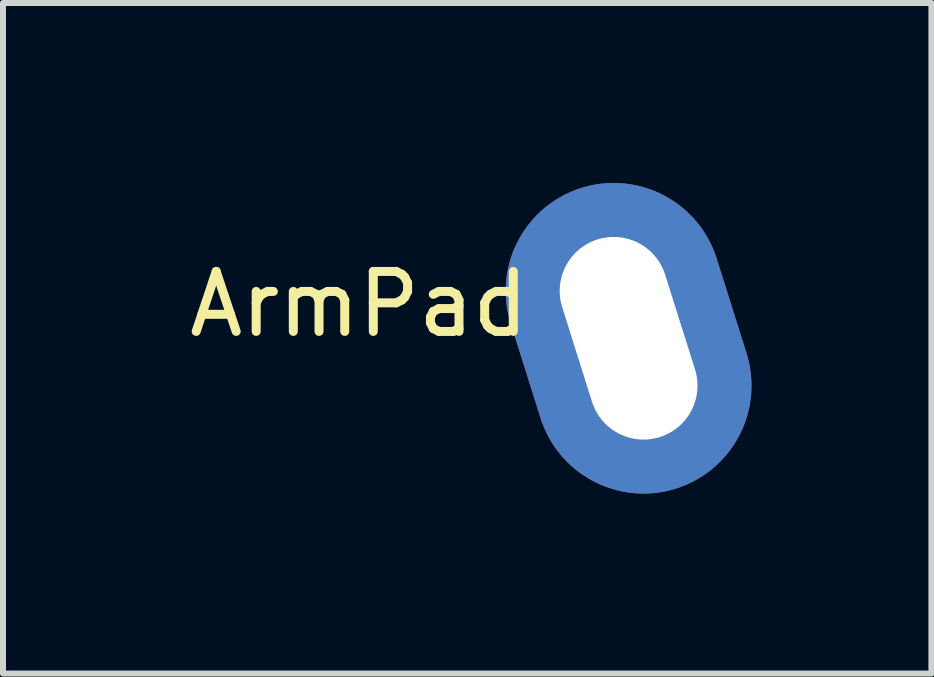
<source format=kicad_pcb>
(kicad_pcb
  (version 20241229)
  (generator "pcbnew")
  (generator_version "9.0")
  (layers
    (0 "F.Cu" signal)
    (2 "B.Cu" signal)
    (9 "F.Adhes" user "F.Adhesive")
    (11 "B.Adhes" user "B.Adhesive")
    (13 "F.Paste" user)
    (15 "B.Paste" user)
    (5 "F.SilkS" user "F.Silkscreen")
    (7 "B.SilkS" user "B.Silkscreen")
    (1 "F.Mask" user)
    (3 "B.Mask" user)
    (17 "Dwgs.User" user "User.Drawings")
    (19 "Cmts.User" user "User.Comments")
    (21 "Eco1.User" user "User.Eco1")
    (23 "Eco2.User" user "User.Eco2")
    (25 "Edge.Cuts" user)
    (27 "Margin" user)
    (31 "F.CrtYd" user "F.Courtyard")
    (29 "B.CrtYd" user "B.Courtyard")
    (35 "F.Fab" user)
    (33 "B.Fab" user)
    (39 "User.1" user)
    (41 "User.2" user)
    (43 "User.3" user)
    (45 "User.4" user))
  (footprint "ArmPad"
    (layer "F.Cu")
    (at 7.235 2.02)
    (property "Reference" "ArmPad" (at -4.3 0 0) (unlocked yes) (layer "F.SilkS") (effects (font (size 1 1) (thickness 0.15))))
    (attr through_hole)
    (pad "1" thru_hole oval (at 0.194 0.569 17.5) (size 3.6 5.255) (drill oval 1.8 3.455) (layers "*.Cu" "*.Mask")))
  (gr_rect
    (start -3 -3)
    (end 12.477 8.178)
    (stroke (width 0.1) (type default))
    (fill no)
    (layer "Edge.Cuts")))
</source>
